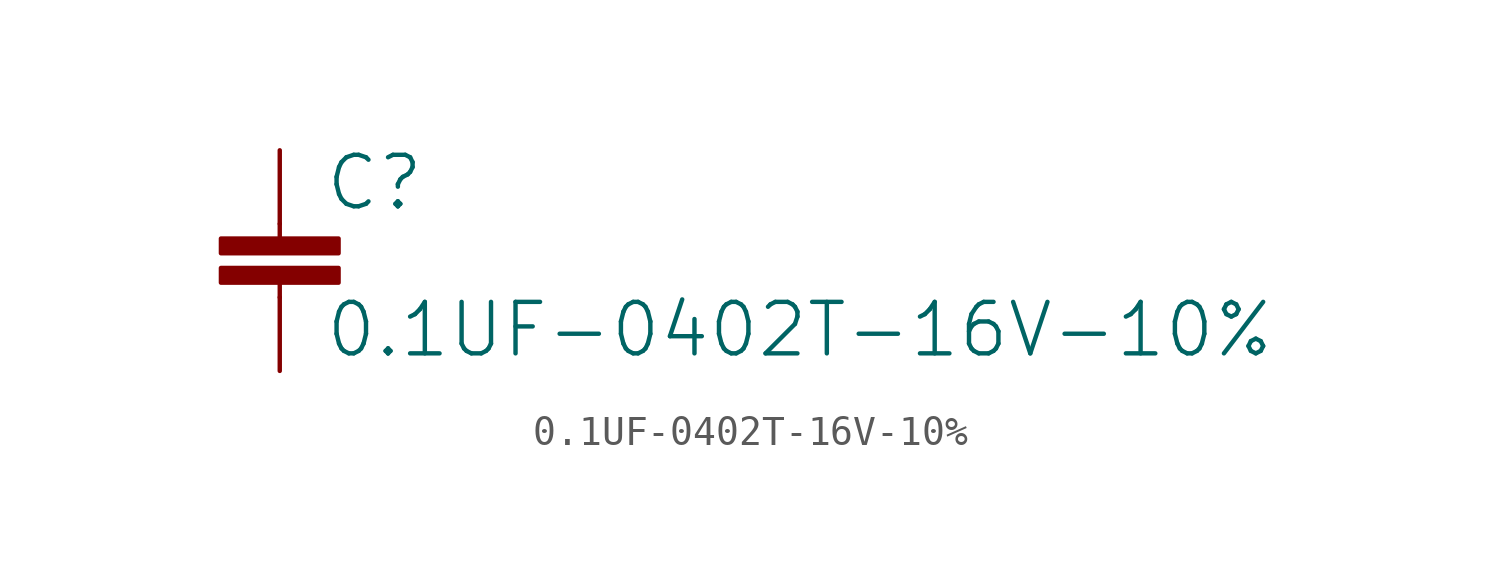
<source format=kicad_sym>
(kicad_symbol_lib
  (version 20211014)
  (generator kicad_symbol_editor)
  (symbol "0.1UF-0402T-16V-10%"
    (property "Reference" "C"
      (at 1.524 2.921 0)
      (effects (font (size 1.778 1.778)) (justify left bottom)))
    (property "Value" "0.1UF-0402T-16V-10%"
      (at 1.524 -2.159 0)
      (effects (font (size 1.778 1.778)) (justify left bottom)))
    (property "ki_locked" ""
      (at 0 0 0)
      (effects (font (size 1.27 1.27))))
    (symbol "0.1UF-0402T-16V-10%_1_0"
      (rectangle (start -2.032 0.508) (end 2.032 1.016) (stroke (width 0) (type default) (color 0 0 0 0)) (fill (type outline)))
      (rectangle (start -2.032 1.524) (end 2.032 2.032) (stroke (width 0) (type default) (color 0 0 0 0)) (fill (type outline)))
      (polyline (pts (xy 0 0) (xy 0 0.508)) (stroke (width 0.152) (type default) (color 0 0 0 0)) (fill (type none)))
      (polyline (pts (xy 0 2.54) (xy 0 2.032)) (stroke (width 0.152) (type default) (color 0 0 0 0)) (fill (type none)))
      (pin passive line (at 0 5.08 270) (length 2.54) (name "1" (effects (font (size 0 0)))) (number "1" (effects (font (size 0 0)))))
      (pin passive line (at 0 -2.54 90) (length 2.54) (name "2" (effects (font (size 0 0)))) (number "2" (effects (font (size 0 0))))))))
</source>
